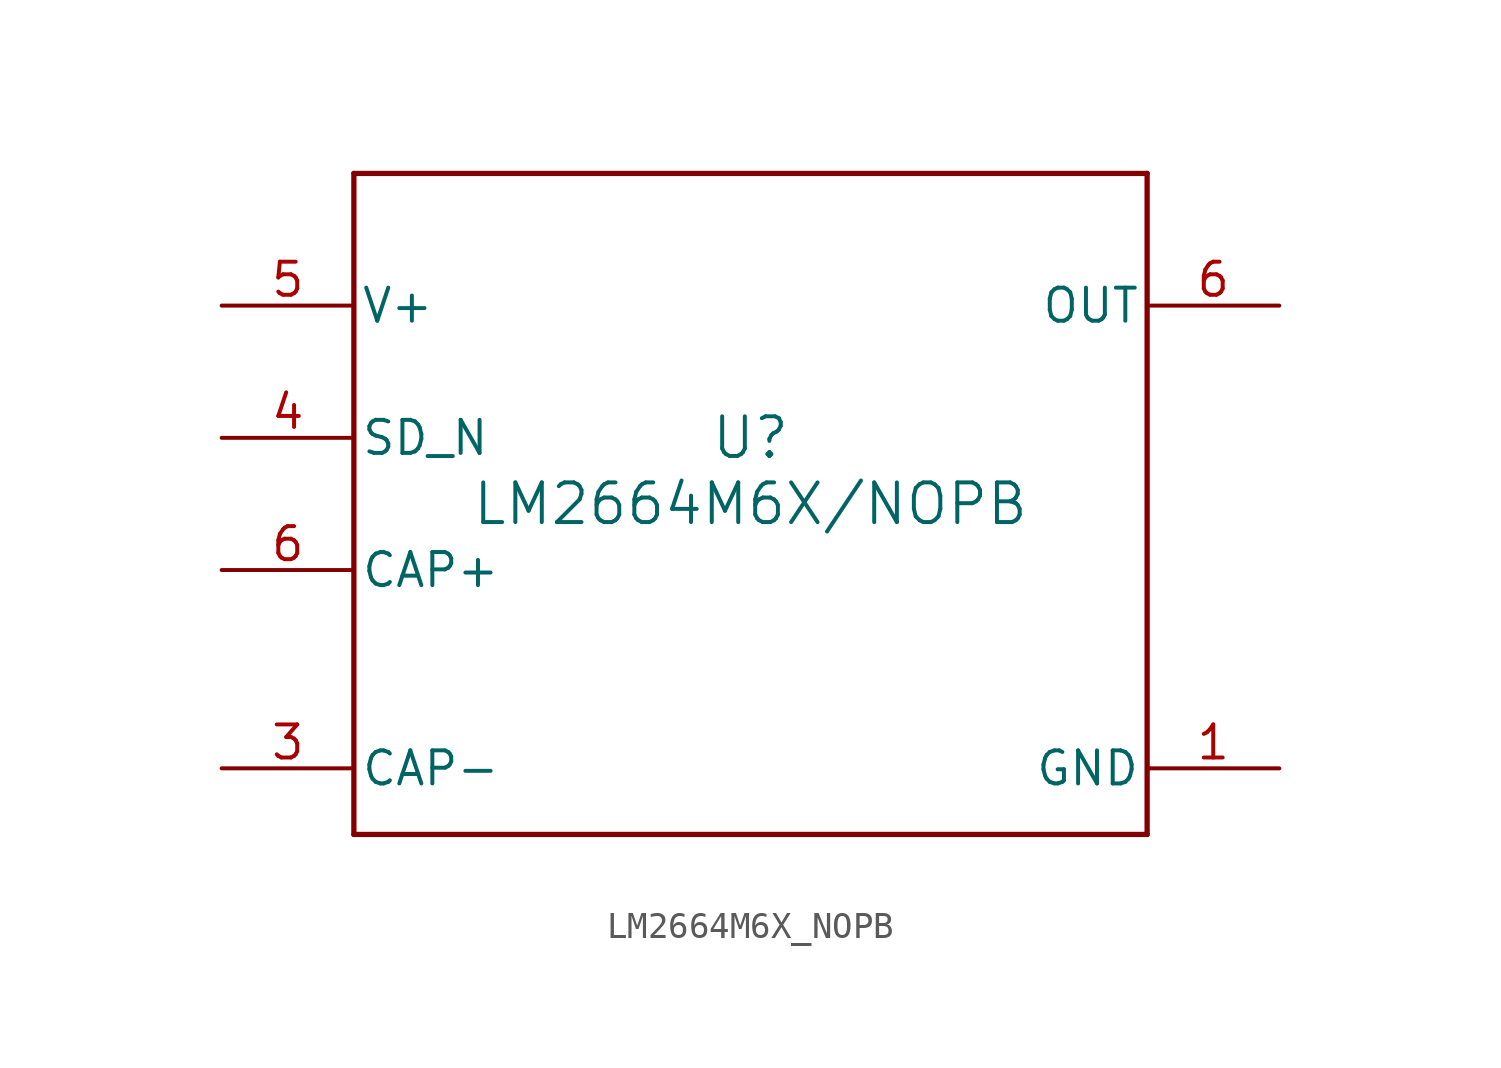
<source format=kicad_sym>
(kicad_symbol_lib
  (version 20211014)
  (generator kicad_symbol_editor)
  (symbol "LM2664M6X_NOPB"
    (pin_names
      (offset 0.254))
    (property "Reference" "U"
      (at 0 2.54 0)
      (effects (font (size 1.524 1.524))))
    (property "Value" "LM2664M6X/NOPB"
      (at 0 0 0)
      (effects (font (size 1.524 1.524))))
    (symbol "LM2664M6X_NOPB_0_1"
      (polyline (pts (xy -15.24 -12.7) (xy 15.24 -12.7)) (stroke (width 0.203) (type default) (color 0 0 0 0)) (fill (type none)))
      (polyline (pts (xy 15.24 -12.7) (xy 15.24 12.7)) (stroke (width 0.203) (type default) (color 0 0 0 0)) (fill (type none)))
      (polyline (pts (xy 15.24 12.7) (xy -15.24 12.7)) (stroke (width 0.203) (type default) (color 0 0 0 0)) (fill (type none)))
      (polyline (pts (xy -15.24 12.7) (xy -15.24 -12.7)) (stroke (width 0.203) (type default) (color 0 0 0 0)) (fill (type none)))
      (pin power_in line (at 20.32 -10.16 180) (length 5.08) (name "GND" (effects (font (size 1.27 1.27)))) (number "1" (effects (font (size 1.27 1.27)))))
      (pin power_in line (at -20.32 -10.16 0) (length 5.08) (name "CAP-" (effects (font (size 1.27 1.27)))) (number "3" (effects (font (size 1.27 1.27)))))
      (pin input line (at -20.32 2.54 0) (length 5.08) (name "SD_N" (effects (font (size 1.27 1.27)))) (number "4" (effects (font (size 1.27 1.27)))))
      (pin power_in line (at -20.32 7.62 0) (length 5.08) (name "V+" (effects (font (size 1.27 1.27)))) (number "5" (effects (font (size 1.27 1.27)))))
      (pin power_in line (at -20.32 -2.54 0) (length 5.08) (name "CAP+" (effects (font (size 1.27 1.27)))) (number "6" (effects (font (size 1.27 1.27)))))
      (pin power_in line (at 20.32 7.62 180) (length 5.08) (name "OUT" (effects (font (size 1.27 1.27)))) (number "6" (effects (font (size 1.27 1.27))))))))
</source>
